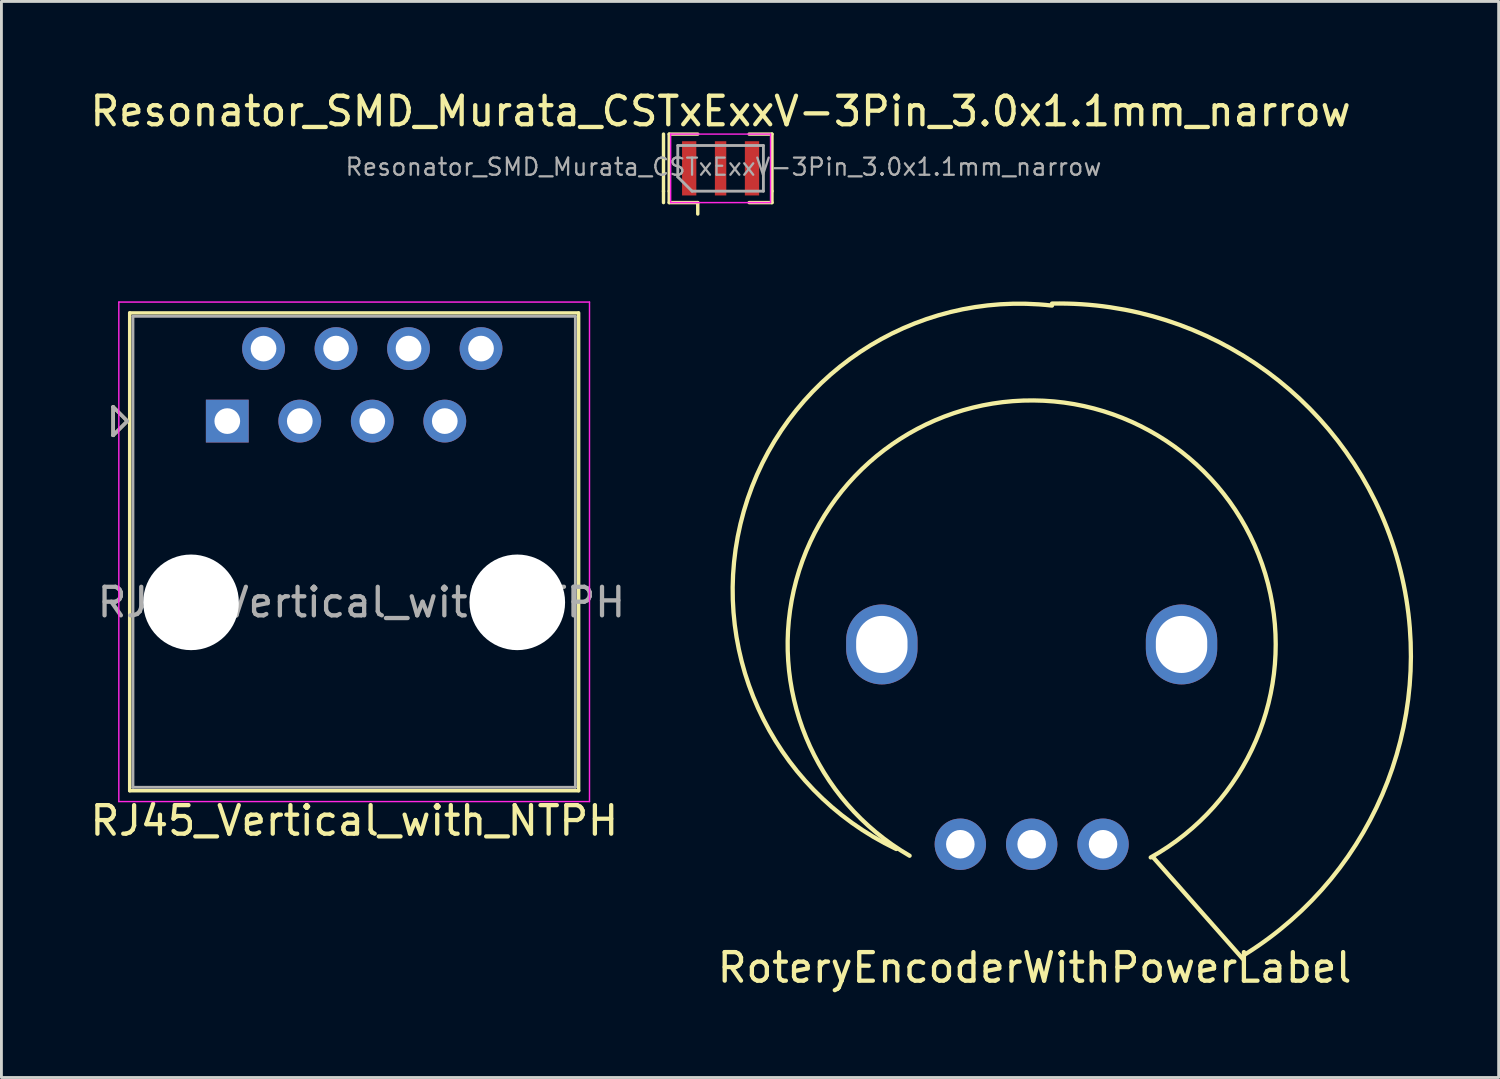
<source format=kicad_pcb>
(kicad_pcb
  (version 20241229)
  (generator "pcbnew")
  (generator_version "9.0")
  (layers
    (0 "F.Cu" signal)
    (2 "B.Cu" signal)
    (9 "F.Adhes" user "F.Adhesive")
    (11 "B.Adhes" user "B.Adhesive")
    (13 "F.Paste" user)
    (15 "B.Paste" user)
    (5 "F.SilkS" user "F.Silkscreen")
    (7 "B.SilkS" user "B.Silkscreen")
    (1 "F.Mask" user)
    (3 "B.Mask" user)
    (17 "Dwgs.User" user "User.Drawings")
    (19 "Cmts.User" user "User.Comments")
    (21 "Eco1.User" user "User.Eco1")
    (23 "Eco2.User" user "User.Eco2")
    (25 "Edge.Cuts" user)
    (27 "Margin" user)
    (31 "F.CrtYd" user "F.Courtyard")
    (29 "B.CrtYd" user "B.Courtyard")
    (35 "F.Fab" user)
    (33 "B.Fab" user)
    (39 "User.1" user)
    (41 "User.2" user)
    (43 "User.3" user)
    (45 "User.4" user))
  (footprint "RJ45_Vertical_with_NTPH"
    (layer "F.Cu")
    (at 4.913 11.703)
    (property "Reference" "RJ45_Vertical_with_NTPH" (at 4.45 14 0) (layer "F.SilkS") (effects (font (size 1 1) (thickness 0.15))))
    (attr through_hole)
    (fp_line (start -4 -0.5) (end -4 0.5) (stroke (width 0.12) (type solid)) (layer "F.SilkS"))
    (fp_line (start -4 0.5) (end -3.5 0) (stroke (width 0.12) (type solid)) (layer "F.SilkS"))
    (fp_line (start -3.5 0) (end -4 -0.5) (stroke (width 0.12) (type solid)) (layer "F.SilkS"))
    (fp_line (start -3.42 -3.79) (end -3.42 12.95) (stroke (width 0.12) (type solid)) (layer "F.SilkS"))
    (fp_line (start 12.3 -3.79) (end -3.42 -3.79) (stroke (width 0.12) (type solid)) (layer "F.SilkS"))
    (fp_line (start 12.31 -3.79) (end 12.31 12.95) (stroke (width 0.12) (type solid)) (layer "F.SilkS"))
    (fp_line (start 12.31 12.95) (end -3.42 12.95) (stroke (width 0.12) (type solid)) (layer "F.SilkS"))
    (fp_line (start -3.8 -4.17) (end -3.8 13.33) (stroke (width 0.05) (type solid)) (layer "F.CrtYd"))
    (fp_line (start -3.8 -4.17) (end 12.69 -4.17) (stroke (width 0.05) (type solid)) (layer "F.CrtYd"))
    (fp_line (start -3.8 13.33) (end 12.69 13.33) (stroke (width 0.05) (type solid)) (layer "F.CrtYd"))
    (fp_line (start 12.69 -4.17) (end 12.69 13.33) (stroke (width 0.05) (type solid)) (layer "F.CrtYd"))
    (fp_line (start -4 -0.5) (end -4 0.5) (stroke (width 0.12) (type solid)) (layer "F.Fab"))
    (fp_line (start -4 0.5) (end -3.5 0) (stroke (width 0.12) (type solid)) (layer "F.Fab"))
    (fp_line (start -3.5 0) (end -4 -0.5) (stroke (width 0.12) (type solid)) (layer "F.Fab"))
    (fp_line (start -3.305 -3.67) (end -3.305 12.83) (stroke (width 0.1) (type solid)) (layer "F.Fab"))
    (fp_line (start 12.195 -3.67) (end -3.305 -3.67) (stroke (width 0.1) (type solid)) (layer "F.Fab"))
    (fp_line (start 12.195 -3.67) (end 12.195 12.83) (stroke (width 0.1) (type solid)) (layer "F.Fab"))
    (fp_line (start 12.195 12.83) (end -3.305 12.83) (stroke (width 0.1) (type solid)) (layer "F.Fab"))
    (fp_text user "${REFERENCE}" (at 4.7 6.35 0) (layer "F.Fab") (effects (font (size 1 1) (thickness 0.15))))
    (pad "" np_thru_hole circle (at -1.27 6.35) (size 3.35 3.35) (drill 3.35) (layers "*.Cu" "*.Mask"))
    (pad "" np_thru_hole circle (at 10.16 6.35) (size 3.35 3.35) (drill 3.35) (layers "*.Cu" "*.Mask"))
    (pad "1" thru_hole rect (at 0 0) (size 1.5 1.5) (drill 0.9) (layers "*.Cu" "*.Mask"))
    (pad "2" thru_hole circle (at 1.27 -2.54) (size 1.5 1.5) (drill 0.9) (layers "*.Cu" "*.Mask"))
    (pad "3" thru_hole circle (at 2.54 0) (size 1.5 1.5) (drill 0.9) (layers "*.Cu" "*.Mask"))
    (pad "4" thru_hole circle (at 3.81 -2.54) (size 1.5 1.5) (drill 0.9) (layers "*.Cu" "*.Mask"))
    (pad "5" thru_hole circle (at 5.08 0) (size 1.5 1.5) (drill 0.9) (layers "*.Cu" "*.Mask"))
    (pad "6" thru_hole circle (at 6.35 -2.54) (size 1.5 1.5) (drill 0.9) (layers "*.Cu" "*.Mask"))
    (pad "7" thru_hole circle (at 7.62 0) (size 1.5 1.5) (drill 0.9) (layers "*.Cu" "*.Mask"))
    (pad "8" thru_hole circle (at 8.89 -2.54) (size 1.5 1.5) (drill 0.9) (layers "*.Cu" "*.Mask")))
  (footprint "RoteryEncoderWithPowerLabel"
    (layer "F.Cu")
    (at 33.095 19.528)
    (property "Reference" "RoteryEncoderWithPowerLabel" (at 0.102 11.324 0) (layer "F.SilkS") (effects (font (size 1 1) (thickness 0.15))))
    (attr through_hole)
    (fp_line (start 4.267 7.473) (end 7.432 11.054) (stroke (width 0.15) (type solid)) (layer "F.SilkS"))
    (fp_arc (start -4.744152 7.166892) (mid -10.08647 -4.664893) (end 0.7112 -11.87196) (stroke (width 0.15) (type solid)) (layer "F.SilkS"))
    (fp_arc (start -4.277024 7.402084) (mid 0.061159 -8.548687) (end 4.17068 7.46252) (stroke (width 0.15) (type solid)) (layer "F.SilkS"))
    (fp_arc (start 0.711883 -11.942192) (mid 12.783535 -3.092337) (end 7.43204 10.88644) (stroke (width 0.15) (type solid)) (layer "F.SilkS"))
    (pad "1" thru_hole circle (at -2.5 7) (size 1.8 1.8) (drill 1) (layers "*.Cu" "*.Mask"))
    (pad "2" thru_hole circle (at 0 7) (size 1.8 1.8) (drill 1) (layers "*.Cu" "*.Mask"))
    (pad "3" thru_hole circle (at 2.5 7) (size 1.8 1.8) (drill 1) (layers "*.Cu" "*.Mask"))
    (pad "NC" thru_hole oval (at -5.25 0) (size 2.5 2.8) (drill oval 1.8 2) (layers "*.Cu" "*.Mask"))
    (pad "NC" thru_hole oval (at 5.25 0) (size 2.5 2.8) (drill oval 1.8 2) (layers "*.Cu" "*.Mask")))
  (footprint "Resonator_SMD_Murata_CSTxExxV-3Pin_3.0x1.1mm_narrow"
    (layer "F.Cu")
    (at 22.196 2.848)
    (property "Reference" "Resonator_SMD_Murata_CSTxExxV-3Pin_3.0x1.1mm_narrow" (at 0 -2 0) (layer "F.SilkS") (effects (font (size 1 1) (thickness 0.15))))
    (attr smd)
    (fp_line (start -2 -1.2) (end -2 0.8) (stroke (width 0.12) (type solid)) (layer "F.SilkS"))
    (fp_line (start -2 0.8) (end -2 1.2) (stroke (width 0.12) (type solid)) (layer "F.SilkS"))
    (fp_line (start -1.8 -1.2) (end -0.8 -1.2) (stroke (width 0.12) (type solid)) (layer "F.SilkS"))
    (fp_line (start -1.8 0.8) (end -1.8 -1.2) (stroke (width 0.12) (type solid)) (layer "F.SilkS"))
    (fp_line (start -1.8 0.8) (end -1.8 1.2) (stroke (width 0.12) (type solid)) (layer "F.SilkS"))
    (fp_line (start -0.8 1.2) (end -1.8 1.2) (stroke (width 0.12) (type solid)) (layer "F.SilkS"))
    (fp_line (start -0.8 1.2) (end -0.8 1.6) (stroke (width 0.12) (type solid)) (layer "F.SilkS"))
    (fp_line (start 1 -1.2) (end 1.8 -1.2) (stroke (width 0.12) (type solid)) (layer "F.SilkS"))
    (fp_line (start 1.8 -1.2) (end 1.8 0.8) (stroke (width 0.12) (type solid)) (layer "F.SilkS"))
    (fp_line (start 1.8 0.8) (end 1.8 1.2) (stroke (width 0.12) (type solid)) (layer "F.SilkS"))
    (fp_line (start 1.8 1.2) (end 1 1.2) (stroke (width 0.12) (type solid)) (layer "F.SilkS"))
    (fp_line (start -1.75 -1.2) (end 1.75 -1.2) (stroke (width 0.05) (type solid)) (layer "F.CrtYd"))
    (fp_line (start -1.75 1.2) (end -1.75 -1.2) (stroke (width 0.05) (type solid)) (layer "F.CrtYd"))
    (fp_line (start 1.75 -1.2) (end 1.75 1.2) (stroke (width 0.05) (type solid)) (layer "F.CrtYd"))
    (fp_line (start 1.75 1.2) (end -1.75 1.2) (stroke (width 0.05) (type solid)) (layer "F.CrtYd"))
    (fp_line (start -1.5 0.3) (end -1.5 -0.8) (stroke (width 0.1) (type solid)) (layer "F.Fab"))
    (fp_line (start -1 0.8) (end -1.5 0.3) (stroke (width 0.1) (type solid)) (layer "F.Fab"))
    (fp_line (start -1 0.8) (end 1.5 0.8) (stroke (width 0.1) (type solid)) (layer "F.Fab"))
    (fp_line (start 1.5 -0.8) (end -1.5 -0.8) (stroke (width 0.1) (type solid)) (layer "F.Fab"))
    (fp_line (start 1.5 0.8) (end 1.5 -0.8) (stroke (width 0.1) (type solid)) (layer "F.Fab"))
    (fp_text user "${REFERENCE}" (at 0.1 -0.05 0) (layer "F.Fab") (effects (font (size 0.6 0.6) (thickness 0.08))))
    (pad "1" smd rect (at -1.1 0) (size 0.5 1.9) (layers "F.Cu" "F.Mask" "F.Paste"))
    (pad "2" smd rect (at 0 0) (size 0.4 1.9) (layers "F.Cu" "F.Mask" "F.Paste"))
    (pad "3" smd rect (at 1.1 0) (size 0.5 1.9) (layers "F.Cu" "F.Mask" "F.Paste")))
  (gr_rect
    (start -3 -3)
    (end 49.455 34.7)
    (stroke (width 0.1) (type default))
    (fill no)
    (layer "Edge.Cuts")))
</source>
